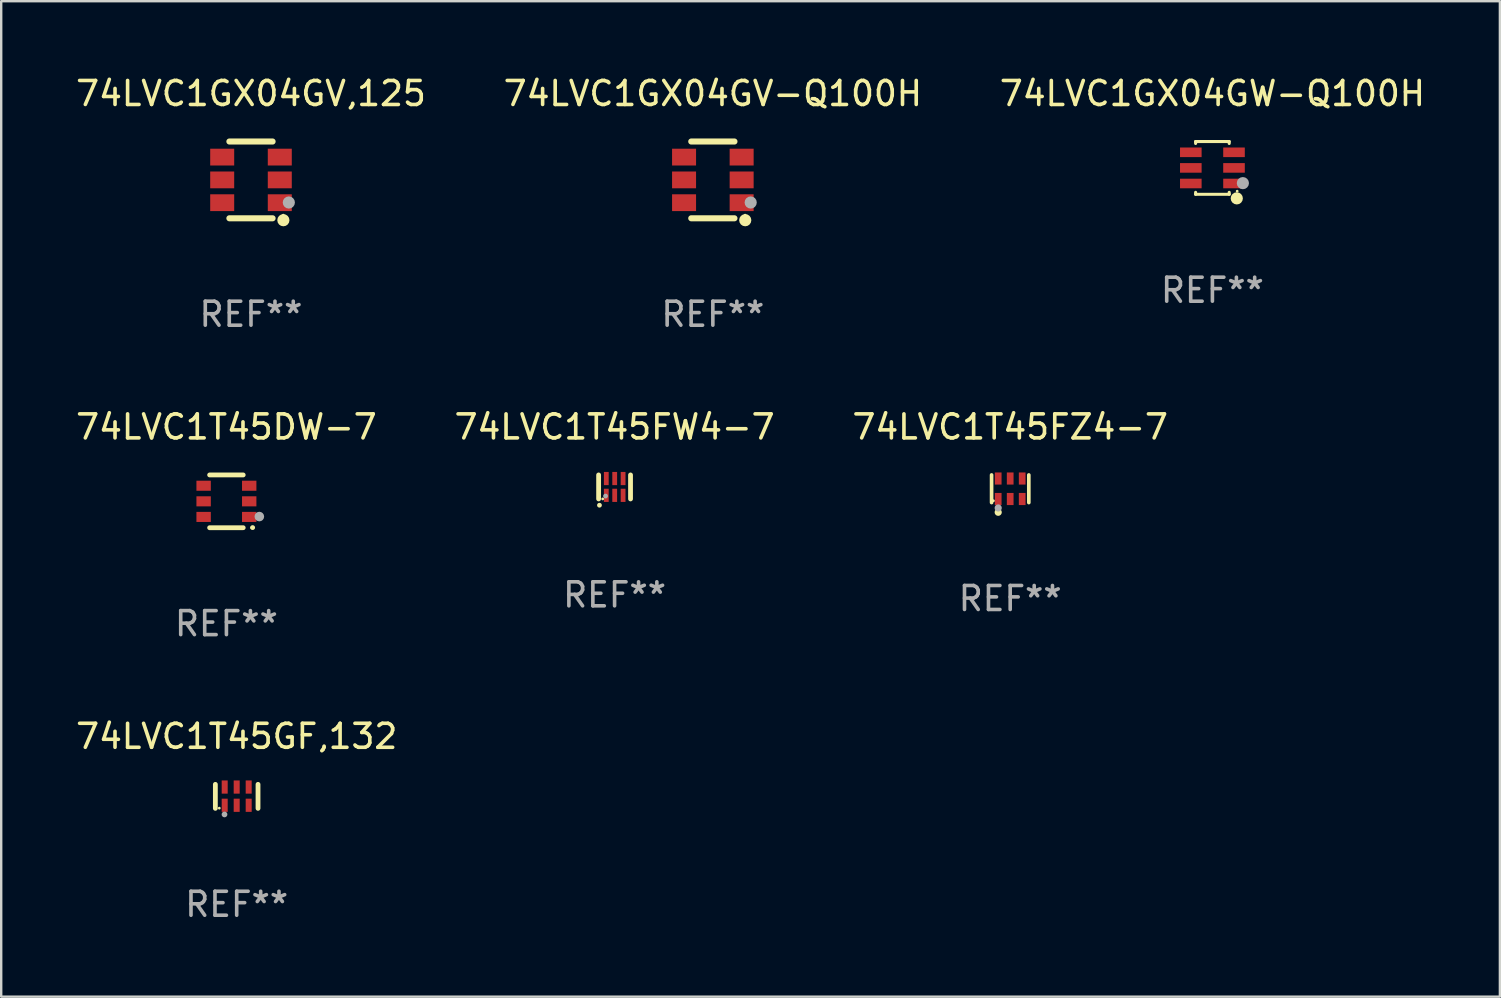
<source format=kicad_pcb>
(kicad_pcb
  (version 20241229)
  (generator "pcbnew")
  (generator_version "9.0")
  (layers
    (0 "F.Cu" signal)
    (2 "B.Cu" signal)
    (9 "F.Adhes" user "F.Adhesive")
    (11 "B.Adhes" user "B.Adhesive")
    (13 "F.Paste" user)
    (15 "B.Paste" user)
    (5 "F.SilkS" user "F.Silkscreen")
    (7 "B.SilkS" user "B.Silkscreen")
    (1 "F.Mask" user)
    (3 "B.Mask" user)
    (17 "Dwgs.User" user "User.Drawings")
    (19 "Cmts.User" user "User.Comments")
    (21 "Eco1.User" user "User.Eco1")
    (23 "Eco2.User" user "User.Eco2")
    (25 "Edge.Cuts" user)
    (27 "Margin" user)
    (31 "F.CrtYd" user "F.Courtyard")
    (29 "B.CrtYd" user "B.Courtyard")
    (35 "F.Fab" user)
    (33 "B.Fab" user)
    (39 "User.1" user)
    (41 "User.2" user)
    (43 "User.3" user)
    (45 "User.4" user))
  (footprint "74LVC1T45DW-7"
    (layer "F.Cu")
    (at 6.387 17.845)
    (property "Reference" "74LVC1T45DW-7" (at 0 -3.1 0) (layer "F.SilkS") (effects (font (size 1 1) (thickness 0.15))))
    (attr through_hole)
    (fp_line (start -0.7 -1.1) (end 0.7 -1.1) (stroke (width 0.2) (type solid)) (layer "F.SilkS"))
    (fp_line (start -0.7 1.1) (end 0.7 1.1) (stroke (width 0.2) (type solid)) (layer "F.SilkS"))
    (fp_arc (start 1.090932 1.094209) (mid 1.092202 1.094203) (end 1.093472 1.094209) (stroke (width 0.2) (type solid)) (layer "F.SilkS"))
    (fp_circle (center 1.053 1.1) (end 1.083 1.1) (stroke (width 0.06) (type solid)) (fill no) (layer "F.SilkS"))
    (fp_circle (center 1.372 0.635) (end 1.472 0.635) (stroke (width 0.2) (type solid)) (fill no) (layer "F.Fab"))
    (fp_text user "REF**" (at 0 5.1 0) (layer "F.Fab") (effects (font (size 1 1) (thickness 0.15))))
    (pad "1" smd rect (at 0.95 0.65 90) (size 0.42 0.6) (layers "F.Cu" "F.Mask" "F.Paste"))
    (pad "2" smd rect (at 0.95 0 90) (size 0.42 0.6) (layers "F.Cu" "F.Mask" "F.Paste"))
    (pad "3" smd rect (at 0.95 -0.65 90) (size 0.42 0.6) (layers "F.Cu" "F.Mask" "F.Paste"))
    (pad "4" smd rect (at -0.95 -0.65 270) (size 0.42 0.6) (layers "F.Cu" "F.Mask" "F.Paste"))
    (pad "5" smd rect (at -0.95 0 270) (size 0.42 0.6) (layers "F.Cu" "F.Mask" "F.Paste"))
    (pad "6" smd rect (at -0.95 0.65 270) (size 0.42 0.6) (layers "F.Cu" "F.Mask" "F.Paste")))
  (footprint "74LVC1GX04GV,125"
    (layer "F.Cu")
    (at 7.411 4.448)
    (property "Reference" "74LVC1GX04GV,125" (at 0 -3.6 0) (layer "F.SilkS") (effects (font (size 1 1) (thickness 0.15))))
    (attr through_hole)
    (fp_line (start -0.9 -1.6) (end 0.9 -1.6) (stroke (width 0.254) (type solid)) (layer "F.SilkS"))
    (fp_line (start -0.9 1.6) (end 0.9 1.6) (stroke (width 0.254) (type solid)) (layer "F.SilkS"))
    (fp_circle (center 1.345 1.47) (end 1.375 1.47) (stroke (width 0.06) (type solid)) (fill no) (layer "F.SilkS"))
    (fp_circle (center 1.35 1.68) (end 1.477 1.68) (stroke (width 0.254) (type solid)) (fill no) (layer "F.SilkS"))
    (fp_circle (center 1.577 0.942) (end 1.704 0.942) (stroke (width 0.254) (type solid)) (fill no) (layer "F.Fab"))
    (fp_text user "REF**" (at 0 5.6 0) (layer "F.Fab") (effects (font (size 1 1) (thickness 0.15))))
    (pad "1" smd rect (at 1.2 0.95) (size 1 0.7) (layers "F.Cu" "F.Mask" "F.Paste"))
    (pad "2" smd rect (at 1.2 0.000102) (size 1 0.7) (layers "F.Cu" "F.Mask" "F.Paste"))
    (pad "3" smd rect (at 1.2 -0.95) (size 1 0.7) (layers "F.Cu" "F.Mask" "F.Paste"))
    (pad "4" smd rect (at -1.2 -0.95) (size 1 0.7) (layers "F.Cu" "F.Mask" "F.Paste"))
    (pad "5" smd rect (at -1.2 0.000102) (size 1 0.7) (layers "F.Cu" "F.Mask" "F.Paste"))
    (pad "6" smd rect (at -1.2 0.95) (size 1 0.7) (layers "F.Cu" "F.Mask" "F.Paste")))
  (footprint "74LVC1T45GF,132"
    (layer "F.Cu")
    (at 6.815 30.141)
    (property "Reference" "74LVC1T45GF,132" (at 0 -2.5 0) (layer "F.SilkS") (effects (font (size 1 1) (thickness 0.15))))
    (attr through_hole)
    (fp_line (start -0.889 0.5) (end -0.889 -0.5) (stroke (width 0.2) (type solid)) (layer "F.SilkS"))
    (fp_line (start 0.889 0.5) (end 0.889 -0.5) (stroke (width 0.2) (type solid)) (layer "F.SilkS"))
    (fp_circle (center -0.725 0.492) (end -0.695 0.492) (stroke (width 0.06) (type solid)) (fill no) (layer "F.SilkS"))
    (fp_circle (center -0.508 0.754) (end -0.448 0.754) (stroke (width 0.12) (type solid)) (fill no) (layer "F.Fab"))
    (fp_text user "REF**" (at 0 4.5 0) (layer "F.Fab") (effects (font (size 1 1) (thickness 0.15))))
    (pad "1" smd rect (at -0.5 0.372) (size 0.25 0.55) (layers "F.Cu" "F.Mask" "F.Paste"))
    (pad "2" smd rect (at -0.000127 0.372) (size 0.25 0.55) (layers "F.Cu" "F.Mask" "F.Paste"))
    (pad "3" smd rect (at 0.5 0.372) (size 0.25 0.55) (layers "F.Cu" "F.Mask" "F.Paste"))
    (pad "4" smd rect (at 0.5 -0.388 180) (size 0.25 0.55) (layers "F.Cu" "F.Mask" "F.Paste"))
    (pad "5" smd rect (at -0.000127 -0.388 180) (size 0.25 0.55) (layers "F.Cu" "F.Mask" "F.Paste"))
    (pad "6" smd rect (at -0.5 -0.388 180) (size 0.25 0.55) (layers "F.Cu" "F.Mask" "F.Paste")))
  (footprint "74LVC1GX04GW-Q100H"
    (layer "F.Cu")
    (at 47.482 3.948)
    (property "Reference" "74LVC1GX04GW-Q100H" (at 0 -3.1 0) (layer "F.SilkS") (effects (font (size 1 1) (thickness 0.15))))
    (attr through_hole)
    (fp_line (start -0.7 -1.018) (end -0.7 -1.1) (stroke (width 0.127) (type solid)) (layer "F.SilkS"))
    (fp_line (start -0.7 1.1) (end -0.7 1.018) (stroke (width 0.127) (type solid)) (layer "F.SilkS"))
    (fp_line (start 0.7 -1.1) (end -0.7 -1.1) (stroke (width 0.127) (type solid)) (layer "F.SilkS"))
    (fp_line (start 0.7 -1.018) (end 0.7 -1.1) (stroke (width 0.127) (type solid)) (layer "F.SilkS"))
    (fp_line (start 0.7 1.1) (end -0.7 1.1) (stroke (width 0.127) (type solid)) (layer "F.SilkS"))
    (fp_line (start 0.7 1.1) (end 0.7 1.018) (stroke (width 0.127) (type solid)) (layer "F.SilkS"))
    (fp_circle (center 1.016 1.27) (end 1.143 1.27) (stroke (width 0.254) (type solid)) (fill no) (layer "F.SilkS"))
    (fp_circle (center 1.032 0.97) (end 1.062 0.97) (stroke (width 0.06) (type solid)) (fill no) (layer "F.SilkS"))
    (fp_circle (center 1.27 0.635) (end 1.397 0.635) (stroke (width 0.254) (type solid)) (fill no) (layer "F.Fab"))
    (fp_text user "REF**" (at 0 5.1 0) (layer "F.Fab") (effects (font (size 1 1) (thickness 0.15))))
    (pad "1" smd rect (at 0.9 0.65 90) (size 0.4 0.9) (layers "F.Cu" "F.Mask" "F.Paste"))
    (pad "2" smd rect (at 0.9 -0.000102 90) (size 0.4 0.9) (layers "F.Cu" "F.Mask" "F.Paste"))
    (pad "3" smd rect (at 0.9 -0.65 90) (size 0.4 0.9) (layers "F.Cu" "F.Mask" "F.Paste"))
    (pad "4" smd rect (at -0.9 -0.65 90) (size 0.4 0.9) (layers "F.Cu" "F.Mask" "F.Paste"))
    (pad "5" smd rect (at -0.9 -0.000102 90) (size 0.4 0.9) (layers "F.Cu" "F.Mask" "F.Paste"))
    (pad "6" smd rect (at -0.9 0.65 90) (size 0.4 0.9) (layers "F.Cu" "F.Mask" "F.Paste")))
  (footprint "74LVC1GX04GV-Q100H"
    (layer "F.Cu")
    (at 26.661 4.448)
    (property "Reference" "74LVC1GX04GV-Q100H" (at 0 -3.6 0) (layer "F.SilkS") (effects (font (size 1 1) (thickness 0.15))))
    (attr through_hole)
    (fp_line (start -0.9 -1.6) (end 0.9 -1.6) (stroke (width 0.254) (type solid)) (layer "F.SilkS"))
    (fp_line (start -0.9 1.6) (end 0.9 1.6) (stroke (width 0.254) (type solid)) (layer "F.SilkS"))
    (fp_circle (center 1.345 1.47) (end 1.375 1.47) (stroke (width 0.06) (type solid)) (fill no) (layer "F.SilkS"))
    (fp_circle (center 1.35 1.68) (end 1.477 1.68) (stroke (width 0.254) (type solid)) (fill no) (layer "F.SilkS"))
    (fp_circle (center 1.577 0.942) (end 1.704 0.942) (stroke (width 0.254) (type solid)) (fill no) (layer "F.Fab"))
    (fp_text user "REF**" (at 0 5.6 0) (layer "F.Fab") (effects (font (size 1 1) (thickness 0.15))))
    (pad "1" smd rect (at 1.2 0.95) (size 1 0.7) (layers "F.Cu" "F.Mask" "F.Paste"))
    (pad "2" smd rect (at 1.2 0.000102) (size 1 0.7) (layers "F.Cu" "F.Mask" "F.Paste"))
    (pad "3" smd rect (at 1.2 -0.95) (size 1 0.7) (layers "F.Cu" "F.Mask" "F.Paste"))
    (pad "4" smd rect (at -1.2 -0.95) (size 1 0.7) (layers "F.Cu" "F.Mask" "F.Paste"))
    (pad "5" smd rect (at -1.2 0.000102) (size 1 0.7) (layers "F.Cu" "F.Mask" "F.Paste"))
    (pad "6" smd rect (at -1.2 0.95) (size 1 0.7) (layers "F.Cu" "F.Mask" "F.Paste")))
  (footprint "74LVC1T45FW4-7"
    (layer "F.Cu")
    (at 22.565 17.245)
    (property "Reference" "74LVC1T45FW4-7" (at 0 -2.5 0) (layer "F.SilkS") (effects (font (size 1 1) (thickness 0.15))))
    (attr through_hole)
    (fp_line (start -0.665 0.5) (end -0.665 -0.5) (stroke (width 0.2) (type solid)) (layer "F.SilkS"))
    (fp_line (start 0.665 0.5) (end 0.665 -0.5) (stroke (width 0.2) (type solid)) (layer "F.SilkS"))
    (fp_circle (center -0.63 0.762) (end -0.58 0.762) (stroke (width 0.1) (type solid)) (fill no) (layer "F.SilkS"))
    (fp_circle (center -0.495 0.5) (end -0.465 0.5) (stroke (width 0.06) (type solid)) (fill no) (layer "F.SilkS"))
    (fp_circle (center -0.376 0.381) (end -0.326 0.381) (stroke (width 0.1) (type solid)) (fill no) (layer "F.Fab"))
    (fp_text user "REF**" (at 0 4.5 0) (layer "F.Fab") (effects (font (size 1 1) (thickness 0.15))))
    (pad "1" smd rect (at -0.345 0.35 180) (size 0.2 0.55) (layers "F.Cu" "F.Mask" "F.Paste"))
    (pad "2" smd rect (at 0.005 0.35 180) (size 0.2 0.55) (layers "F.Cu" "F.Mask" "F.Paste"))
    (pad "3" smd rect (at 0.355 0.35 180) (size 0.2 0.55) (layers "F.Cu" "F.Mask" "F.Paste"))
    (pad "4" smd rect (at 0.355 -0.35 180) (size 0.2 0.55) (layers "F.Cu" "F.Mask" "F.Paste"))
    (pad "5" smd rect (at 0.005 -0.35 180) (size 0.2 0.55) (layers "F.Cu" "F.Mask" "F.Paste"))
    (pad "6" smd rect (at -0.345 -0.35 180) (size 0.2 0.55) (layers "F.Cu" "F.Mask" "F.Paste")))
  (footprint "74LVC1T45FZ4-7"
    (layer "F.Cu")
    (at 39.054 17.321)
    (property "Reference" "74LVC1T45FZ4-7" (at 0 -2.576 0) (layer "F.SilkS") (effects (font (size 1 1) (thickness 0.15))))
    (attr through_hole)
    (fp_line (start -0.776 0.576) (end -0.776 -0.576) (stroke (width 0.152) (type solid)) (layer "F.SilkS"))
    (fp_line (start 0.776 0.576) (end 0.776 -0.576) (stroke (width 0.152) (type solid)) (layer "F.SilkS"))
    (fp_circle (center -0.7 0.5) (end -0.67 0.5) (stroke (width 0.06) (type solid)) (fill no) (layer "F.SilkS"))
    (fp_circle (center -0.5 0.98) (end -0.425 0.98) (stroke (width 0.15) (type solid)) (fill no) (layer "F.SilkS"))
    (fp_circle (center -0.5 0.8) (end -0.425 0.8) (stroke (width 0.15) (type solid)) (fill no) (layer "F.Fab"))
    (fp_text user "REF**" (at 0 4.576 0) (layer "F.Fab") (effects (font (size 1 1) (thickness 0.15))))
    (pad "1" smd rect (at -0.5 0.427) (size 0.28 0.505) (layers "F.Cu" "F.Mask" "F.Paste"))
    (pad "2" smd rect (at 0 0.427) (size 0.28 0.505) (layers "F.Cu" "F.Mask" "F.Paste"))
    (pad "3" smd rect (at 0.5 0.427) (size 0.28 0.505) (layers "F.Cu" "F.Mask" "F.Paste"))
    (pad "4" smd rect (at 0.5 -0.427) (size 0.28 0.505) (layers "F.Cu" "F.Mask" "F.Paste"))
    (pad "5" smd rect (at 0 -0.427) (size 0.28 0.505) (layers "F.Cu" "F.Mask" "F.Paste"))
    (pad "6" smd rect (at -0.5 -0.427) (size 0.28 0.505) (layers "F.Cu" "F.Mask" "F.Paste")))
  (gr_rect
    (start -3 -3)
    (end 59.464 38.489)
    (stroke (width 0.1) (type default))
    (fill no)
    (layer "Edge.Cuts")))
</source>
